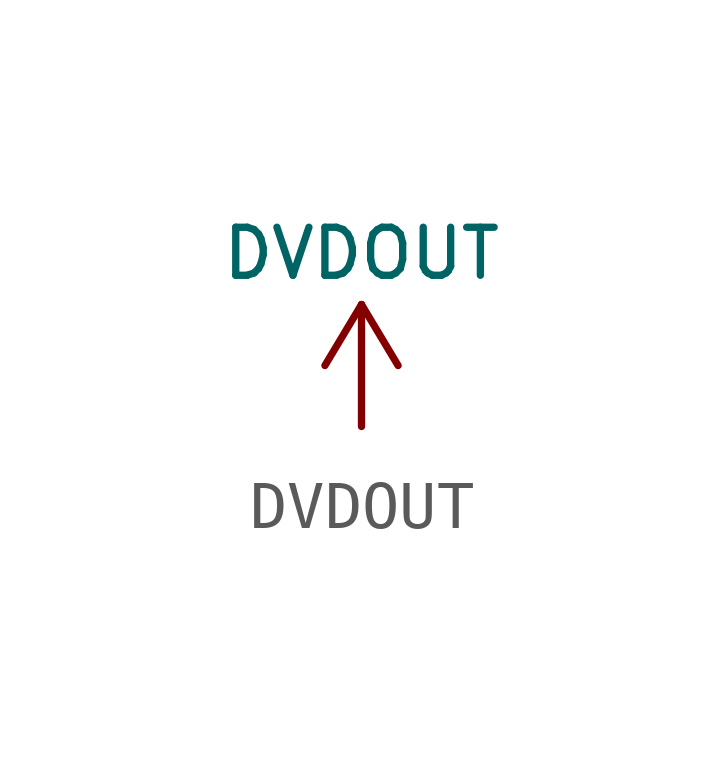
<source format=kicad_sym>
(kicad_symbol_lib
  (version 20241209)
  (generator "kicad_symbol_editor")
  (generator_version "9.0")
  (symbol "DVDOUT"
    (power)
    (pin_names
      (offset 0))
    (property "Reference" "#PWR?"
      (at 0 -3.81 0)
      (effects (font (size 1.27 1.27)) (hide yes)))
    (property "Value" "DVDOUT"
      (at 0 3.605 0)
      (effects (font (size 1 1))))
    (symbol "DVDOUT_0_1"
      (polyline (pts (xy -0.762 1.27) (xy 0 2.54)) (stroke (width 0) (type default)) (fill (type none)))
      (polyline (pts (xy 0 2.54) (xy 0.762 1.27)) (stroke (width 0) (type default)) (fill (type none)))
      (polyline (pts (xy 0 0) (xy 0 2.54)) (stroke (width 0) (type default)) (fill (type none))))
    (symbol "DVDOUT_1_1"
      (pin power_in line (at 0 0 90) (length 0) (hide yes) (name "DVDOUT" (effects (font (size 1.27 1.27)))) (number "1" (effects (font (size 1.27 1.27))))))))
</source>
